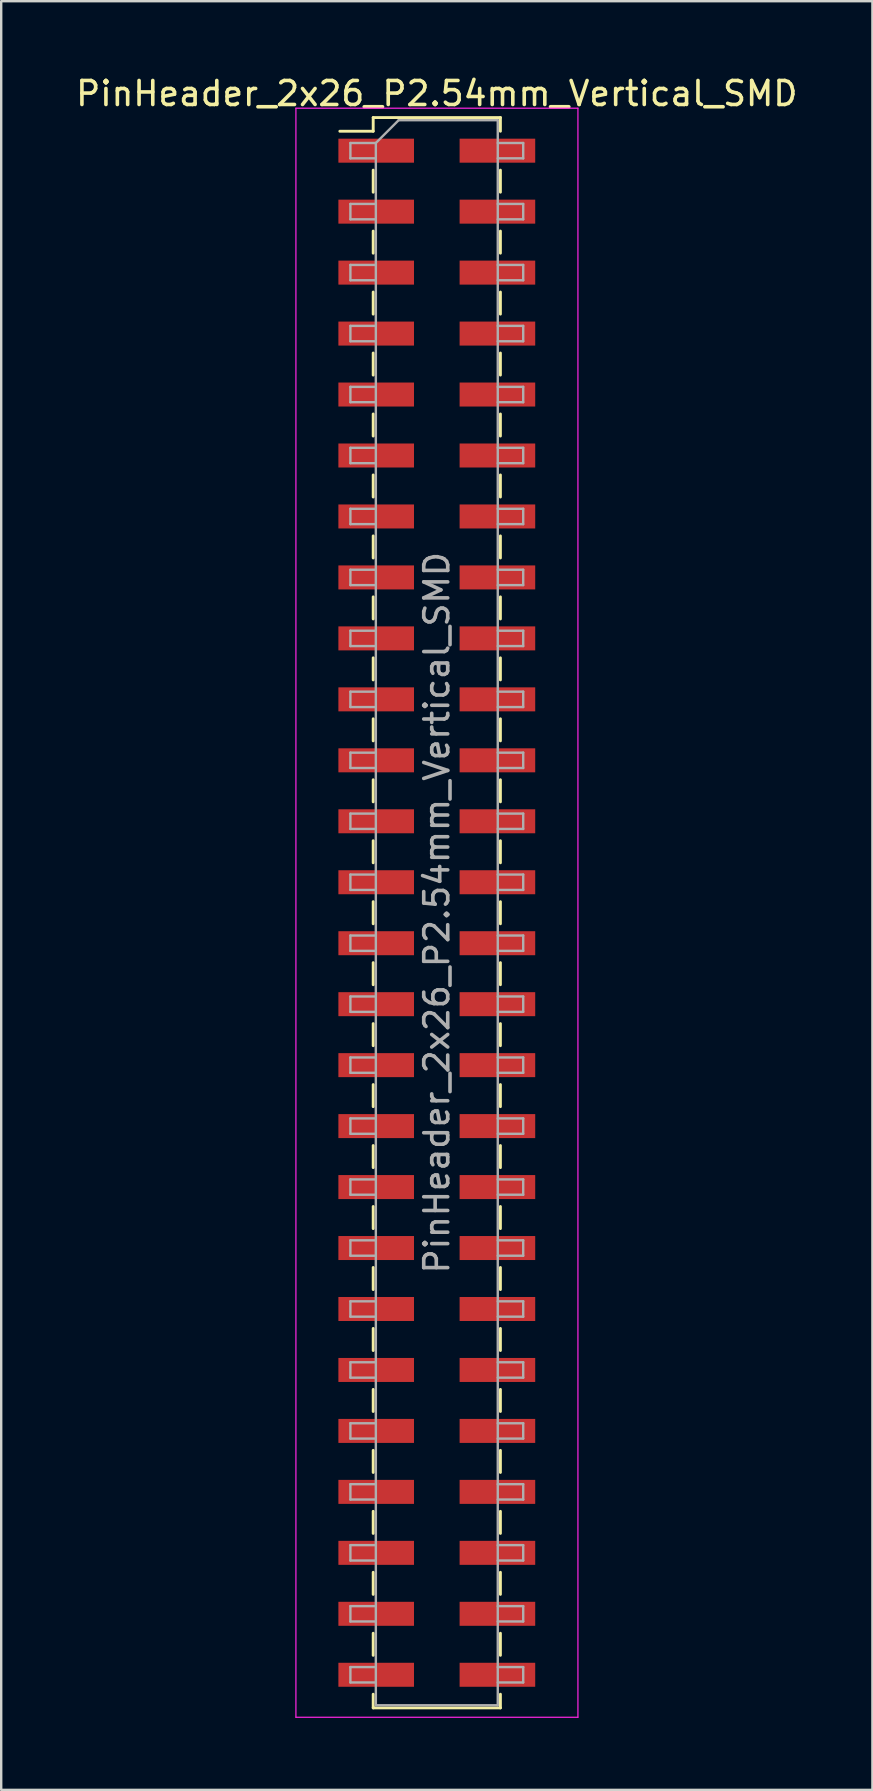
<source format=kicad_pcb>
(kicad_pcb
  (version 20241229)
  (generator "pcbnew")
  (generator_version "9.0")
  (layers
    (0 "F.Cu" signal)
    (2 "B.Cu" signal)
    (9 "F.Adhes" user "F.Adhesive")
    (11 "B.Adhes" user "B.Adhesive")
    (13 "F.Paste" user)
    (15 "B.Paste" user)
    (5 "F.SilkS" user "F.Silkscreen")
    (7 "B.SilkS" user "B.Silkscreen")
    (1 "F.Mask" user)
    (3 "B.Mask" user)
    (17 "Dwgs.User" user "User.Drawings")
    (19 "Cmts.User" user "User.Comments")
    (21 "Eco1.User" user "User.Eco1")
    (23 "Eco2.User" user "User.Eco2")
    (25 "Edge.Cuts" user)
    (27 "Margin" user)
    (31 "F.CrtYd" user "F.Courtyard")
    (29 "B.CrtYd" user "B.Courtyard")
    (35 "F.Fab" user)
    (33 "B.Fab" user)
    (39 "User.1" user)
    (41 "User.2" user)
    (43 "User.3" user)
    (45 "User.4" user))
  (footprint "PinHeader_2x26_P2.54mm_Vertical_SMD"
    (layer "F.Cu")
    (at 15.149 34.978)
    (property "Reference" "PinHeader_2x26_P2.54mm_Vertical_SMD" (at 0 -34.13 0) (layer "F.SilkS") (effects (font (size 1 1) (thickness 0.15))))
    (attr smd)
    (fp_line (start -4.04 -32.56) (end -2.65 -32.56) (stroke (width 0.12) (type solid)) (layer "F.SilkS"))
    (fp_line (start -2.65 -33.13) (end -2.65 -32.56) (stroke (width 0.12) (type solid)) (layer "F.SilkS"))
    (fp_line (start -2.65 -33.13) (end 2.65 -33.13) (stroke (width 0.12) (type solid)) (layer "F.SilkS"))
    (fp_line (start -2.65 -30.94) (end -2.65 -30.02) (stroke (width 0.12) (type solid)) (layer "F.SilkS"))
    (fp_line (start -2.65 -28.4) (end -2.65 -27.48) (stroke (width 0.12) (type solid)) (layer "F.SilkS"))
    (fp_line (start -2.65 -25.86) (end -2.65 -24.94) (stroke (width 0.12) (type solid)) (layer "F.SilkS"))
    (fp_line (start -2.65 -23.32) (end -2.65 -22.4) (stroke (width 0.12) (type solid)) (layer "F.SilkS"))
    (fp_line (start -2.65 -20.78) (end -2.65 -19.86) (stroke (width 0.12) (type solid)) (layer "F.SilkS"))
    (fp_line (start -2.65 -18.24) (end -2.65 -17.32) (stroke (width 0.12) (type solid)) (layer "F.SilkS"))
    (fp_line (start -2.65 -15.7) (end -2.65 -14.78) (stroke (width 0.12) (type solid)) (layer "F.SilkS"))
    (fp_line (start -2.65 -13.16) (end -2.65 -12.24) (stroke (width 0.12) (type solid)) (layer "F.SilkS"))
    (fp_line (start -2.65 -10.62) (end -2.65 -9.7) (stroke (width 0.12) (type solid)) (layer "F.SilkS"))
    (fp_line (start -2.65 -8.08) (end -2.65 -7.16) (stroke (width 0.12) (type solid)) (layer "F.SilkS"))
    (fp_line (start -2.65 -5.54) (end -2.65 -4.62) (stroke (width 0.12) (type solid)) (layer "F.SilkS"))
    (fp_line (start -2.65 -3) (end -2.65 -2.08) (stroke (width 0.12) (type solid)) (layer "F.SilkS"))
    (fp_line (start -2.65 -0.46) (end -2.65 0.46) (stroke (width 0.12) (type solid)) (layer "F.SilkS"))
    (fp_line (start -2.65 2.08) (end -2.65 3) (stroke (width 0.12) (type solid)) (layer "F.SilkS"))
    (fp_line (start -2.65 4.62) (end -2.65 5.54) (stroke (width 0.12) (type solid)) (layer "F.SilkS"))
    (fp_line (start -2.65 7.16) (end -2.65 8.08) (stroke (width 0.12) (type solid)) (layer "F.SilkS"))
    (fp_line (start -2.65 9.7) (end -2.65 10.62) (stroke (width 0.12) (type solid)) (layer "F.SilkS"))
    (fp_line (start -2.65 12.24) (end -2.65 13.16) (stroke (width 0.12) (type solid)) (layer "F.SilkS"))
    (fp_line (start -2.65 14.78) (end -2.65 15.7) (stroke (width 0.12) (type solid)) (layer "F.SilkS"))
    (fp_line (start -2.65 17.32) (end -2.65 18.24) (stroke (width 0.12) (type solid)) (layer "F.SilkS"))
    (fp_line (start -2.65 19.86) (end -2.65 20.78) (stroke (width 0.12) (type solid)) (layer "F.SilkS"))
    (fp_line (start -2.65 22.4) (end -2.65 23.32) (stroke (width 0.12) (type solid)) (layer "F.SilkS"))
    (fp_line (start -2.65 24.94) (end -2.65 25.86) (stroke (width 0.12) (type solid)) (layer "F.SilkS"))
    (fp_line (start -2.65 27.48) (end -2.65 28.4) (stroke (width 0.12) (type solid)) (layer "F.SilkS"))
    (fp_line (start -2.65 30.02) (end -2.65 30.94) (stroke (width 0.12) (type solid)) (layer "F.SilkS"))
    (fp_line (start -2.65 32.56) (end -2.65 33.13) (stroke (width 0.12) (type solid)) (layer "F.SilkS"))
    (fp_line (start -2.65 33.13) (end 2.65 33.13) (stroke (width 0.12) (type solid)) (layer "F.SilkS"))
    (fp_line (start 2.65 -33.13) (end 2.65 -32.56) (stroke (width 0.12) (type solid)) (layer "F.SilkS"))
    (fp_line (start 2.65 -30.94) (end 2.65 -30.02) (stroke (width 0.12) (type solid)) (layer "F.SilkS"))
    (fp_line (start 2.65 -28.4) (end 2.65 -27.48) (stroke (width 0.12) (type solid)) (layer "F.SilkS"))
    (fp_line (start 2.65 -25.86) (end 2.65 -24.94) (stroke (width 0.12) (type solid)) (layer "F.SilkS"))
    (fp_line (start 2.65 -23.32) (end 2.65 -22.4) (stroke (width 0.12) (type solid)) (layer "F.SilkS"))
    (fp_line (start 2.65 -20.78) (end 2.65 -19.86) (stroke (width 0.12) (type solid)) (layer "F.SilkS"))
    (fp_line (start 2.65 -18.24) (end 2.65 -17.32) (stroke (width 0.12) (type solid)) (layer "F.SilkS"))
    (fp_line (start 2.65 -15.7) (end 2.65 -14.78) (stroke (width 0.12) (type solid)) (layer "F.SilkS"))
    (fp_line (start 2.65 -13.16) (end 2.65 -12.24) (stroke (width 0.12) (type solid)) (layer "F.SilkS"))
    (fp_line (start 2.65 -10.62) (end 2.65 -9.7) (stroke (width 0.12) (type solid)) (layer "F.SilkS"))
    (fp_line (start 2.65 -8.08) (end 2.65 -7.16) (stroke (width 0.12) (type solid)) (layer "F.SilkS"))
    (fp_line (start 2.65 -5.54) (end 2.65 -4.62) (stroke (width 0.12) (type solid)) (layer "F.SilkS"))
    (fp_line (start 2.65 -3) (end 2.65 -2.08) (stroke (width 0.12) (type solid)) (layer "F.SilkS"))
    (fp_line (start 2.65 -0.46) (end 2.65 0.46) (stroke (width 0.12) (type solid)) (layer "F.SilkS"))
    (fp_line (start 2.65 2.08) (end 2.65 3) (stroke (width 0.12) (type solid)) (layer "F.SilkS"))
    (fp_line (start 2.65 4.62) (end 2.65 5.54) (stroke (width 0.12) (type solid)) (layer "F.SilkS"))
    (fp_line (start 2.65 7.16) (end 2.65 8.08) (stroke (width 0.12) (type solid)) (layer "F.SilkS"))
    (fp_line (start 2.65 9.7) (end 2.65 10.62) (stroke (width 0.12) (type solid)) (layer "F.SilkS"))
    (fp_line (start 2.65 12.24) (end 2.65 13.16) (stroke (width 0.12) (type solid)) (layer "F.SilkS"))
    (fp_line (start 2.65 14.78) (end 2.65 15.7) (stroke (width 0.12) (type solid)) (layer "F.SilkS"))
    (fp_line (start 2.65 17.32) (end 2.65 18.24) (stroke (width 0.12) (type solid)) (layer "F.SilkS"))
    (fp_line (start 2.65 19.86) (end 2.65 20.78) (stroke (width 0.12) (type solid)) (layer "F.SilkS"))
    (fp_line (start 2.65 22.4) (end 2.65 23.32) (stroke (width 0.12) (type solid)) (layer "F.SilkS"))
    (fp_line (start 2.65 24.94) (end 2.65 25.86) (stroke (width 0.12) (type solid)) (layer "F.SilkS"))
    (fp_line (start 2.65 27.48) (end 2.65 28.4) (stroke (width 0.12) (type solid)) (layer "F.SilkS"))
    (fp_line (start 2.65 30.02) (end 2.65 30.94) (stroke (width 0.12) (type solid)) (layer "F.SilkS"))
    (fp_line (start 2.65 32.56) (end 2.65 33.13) (stroke (width 0.12) (type solid)) (layer "F.SilkS"))
    (fp_line (start -5.87 -33.52) (end -5.87 33.52) (stroke (width 0.05) (type solid)) (layer "F.CrtYd"))
    (fp_line (start -5.87 33.52) (end 5.88 33.52) (stroke (width 0.05) (type solid)) (layer "F.CrtYd"))
    (fp_line (start 5.88 -33.52) (end -5.87 -33.52) (stroke (width 0.05) (type solid)) (layer "F.CrtYd"))
    (fp_line (start 5.88 33.52) (end 5.88 -33.52) (stroke (width 0.05) (type solid)) (layer "F.CrtYd"))
    (fp_line (start -3.6 -32.07) (end -3.6 -31.43) (stroke (width 0.1) (type solid)) (layer "F.Fab"))
    (fp_line (start -3.6 -31.43) (end -2.54 -31.43) (stroke (width 0.1) (type solid)) (layer "F.Fab"))
    (fp_line (start -3.6 -29.53) (end -3.6 -28.89) (stroke (width 0.1) (type solid)) (layer "F.Fab"))
    (fp_line (start -3.6 -28.89) (end -2.54 -28.89) (stroke (width 0.1) (type solid)) (layer "F.Fab"))
    (fp_line (start -3.6 -26.99) (end -3.6 -26.35) (stroke (width 0.1) (type solid)) (layer "F.Fab"))
    (fp_line (start -3.6 -26.35) (end -2.54 -26.35) (stroke (width 0.1) (type solid)) (layer "F.Fab"))
    (fp_line (start -3.6 -24.45) (end -3.6 -23.81) (stroke (width 0.1) (type solid)) (layer "F.Fab"))
    (fp_line (start -3.6 -23.81) (end -2.54 -23.81) (stroke (width 0.1) (type solid)) (layer "F.Fab"))
    (fp_line (start -3.6 -21.91) (end -3.6 -21.27) (stroke (width 0.1) (type solid)) (layer "F.Fab"))
    (fp_line (start -3.6 -21.27) (end -2.54 -21.27) (stroke (width 0.1) (type solid)) (layer "F.Fab"))
    (fp_line (start -3.6 -19.37) (end -3.6 -18.73) (stroke (width 0.1) (type solid)) (layer "F.Fab"))
    (fp_line (start -3.6 -18.73) (end -2.54 -18.73) (stroke (width 0.1) (type solid)) (layer "F.Fab"))
    (fp_line (start -3.6 -16.83) (end -3.6 -16.19) (stroke (width 0.1) (type solid)) (layer "F.Fab"))
    (fp_line (start -3.6 -16.19) (end -2.54 -16.19) (stroke (width 0.1) (type solid)) (layer "F.Fab"))
    (fp_line (start -3.6 -14.29) (end -3.6 -13.65) (stroke (width 0.1) (type solid)) (layer "F.Fab"))
    (fp_line (start -3.6 -13.65) (end -2.54 -13.65) (stroke (width 0.1) (type solid)) (layer "F.Fab"))
    (fp_line (start -3.6 -11.75) (end -3.6 -11.11) (stroke (width 0.1) (type solid)) (layer "F.Fab"))
    (fp_line (start -3.6 -11.11) (end -2.54 -11.11) (stroke (width 0.1) (type solid)) (layer "F.Fab"))
    (fp_line (start -3.6 -9.21) (end -3.6 -8.57) (stroke (width 0.1) (type solid)) (layer "F.Fab"))
    (fp_line (start -3.6 -8.57) (end -2.54 -8.57) (stroke (width 0.1) (type solid)) (layer "F.Fab"))
    (fp_line (start -3.6 -6.67) (end -3.6 -6.03) (stroke (width 0.1) (type solid)) (layer "F.Fab"))
    (fp_line (start -3.6 -6.03) (end -2.54 -6.03) (stroke (width 0.1) (type solid)) (layer "F.Fab"))
    (fp_line (start -3.6 -4.13) (end -3.6 -3.49) (stroke (width 0.1) (type solid)) (layer "F.Fab"))
    (fp_line (start -3.6 -3.49) (end -2.54 -3.49) (stroke (width 0.1) (type solid)) (layer "F.Fab"))
    (fp_line (start -3.6 -1.59) (end -3.6 -0.95) (stroke (width 0.1) (type solid)) (layer "F.Fab"))
    (fp_line (start -3.6 -0.95) (end -2.54 -0.95) (stroke (width 0.1) (type solid)) (layer "F.Fab"))
    (fp_line (start -3.6 0.95) (end -3.6 1.59) (stroke (width 0.1) (type solid)) (layer "F.Fab"))
    (fp_line (start -3.6 1.59) (end -2.54 1.59) (stroke (width 0.1) (type solid)) (layer "F.Fab"))
    (fp_line (start -3.6 3.49) (end -3.6 4.13) (stroke (width 0.1) (type solid)) (layer "F.Fab"))
    (fp_line (start -3.6 4.13) (end -2.54 4.13) (stroke (width 0.1) (type solid)) (layer "F.Fab"))
    (fp_line (start -3.6 6.03) (end -3.6 6.67) (stroke (width 0.1) (type solid)) (layer "F.Fab"))
    (fp_line (start -3.6 6.67) (end -2.54 6.67) (stroke (width 0.1) (type solid)) (layer "F.Fab"))
    (fp_line (start -3.6 8.57) (end -3.6 9.21) (stroke (width 0.1) (type solid)) (layer "F.Fab"))
    (fp_line (start -3.6 9.21) (end -2.54 9.21) (stroke (width 0.1) (type solid)) (layer "F.Fab"))
    (fp_line (start -3.6 11.11) (end -3.6 11.75) (stroke (width 0.1) (type solid)) (layer "F.Fab"))
    (fp_line (start -3.6 11.75) (end -2.54 11.75) (stroke (width 0.1) (type solid)) (layer "F.Fab"))
    (fp_line (start -3.6 13.65) (end -3.6 14.29) (stroke (width 0.1) (type solid)) (layer "F.Fab"))
    (fp_line (start -3.6 14.29) (end -2.54 14.29) (stroke (width 0.1) (type solid)) (layer "F.Fab"))
    (fp_line (start -3.6 16.19) (end -3.6 16.83) (stroke (width 0.1) (type solid)) (layer "F.Fab"))
    (fp_line (start -3.6 16.83) (end -2.54 16.83) (stroke (width 0.1) (type solid)) (layer "F.Fab"))
    (fp_line (start -3.6 18.73) (end -3.6 19.37) (stroke (width 0.1) (type solid)) (layer "F.Fab"))
    (fp_line (start -3.6 19.37) (end -2.54 19.37) (stroke (width 0.1) (type solid)) (layer "F.Fab"))
    (fp_line (start -3.6 21.27) (end -3.6 21.91) (stroke (width 0.1) (type solid)) (layer "F.Fab"))
    (fp_line (start -3.6 21.91) (end -2.54 21.91) (stroke (width 0.1) (type solid)) (layer "F.Fab"))
    (fp_line (start -3.6 23.81) (end -3.6 24.45) (stroke (width 0.1) (type solid)) (layer "F.Fab"))
    (fp_line (start -3.6 24.45) (end -2.54 24.45) (stroke (width 0.1) (type solid)) (layer "F.Fab"))
    (fp_line (start -3.6 26.35) (end -3.6 26.99) (stroke (width 0.1) (type solid)) (layer "F.Fab"))
    (fp_line (start -3.6 26.99) (end -2.54 26.99) (stroke (width 0.1) (type solid)) (layer "F.Fab"))
    (fp_line (start -3.6 28.89) (end -3.6 29.53) (stroke (width 0.1) (type solid)) (layer "F.Fab"))
    (fp_line (start -3.6 29.53) (end -2.54 29.53) (stroke (width 0.1) (type solid)) (layer "F.Fab"))
    (fp_line (start -3.6 31.43) (end -3.6 32.07) (stroke (width 0.1) (type solid)) (layer "F.Fab"))
    (fp_line (start -3.6 32.07) (end -2.54 32.07) (stroke (width 0.1) (type solid)) (layer "F.Fab"))
    (fp_line (start -2.54 -32.07) (end -3.6 -32.07) (stroke (width 0.1) (type solid)) (layer "F.Fab"))
    (fp_line (start -2.54 -32.07) (end -1.59 -33.02) (stroke (width 0.1) (type solid)) (layer "F.Fab"))
    (fp_line (start -2.54 -29.53) (end -3.6 -29.53) (stroke (width 0.1) (type solid)) (layer "F.Fab"))
    (fp_line (start -2.54 -26.99) (end -3.6 -26.99) (stroke (width 0.1) (type solid)) (layer "F.Fab"))
    (fp_line (start -2.54 -24.45) (end -3.6 -24.45) (stroke (width 0.1) (type solid)) (layer "F.Fab"))
    (fp_line (start -2.54 -21.91) (end -3.6 -21.91) (stroke (width 0.1) (type solid)) (layer "F.Fab"))
    (fp_line (start -2.54 -19.37) (end -3.6 -19.37) (stroke (width 0.1) (type solid)) (layer "F.Fab"))
    (fp_line (start -2.54 -16.83) (end -3.6 -16.83) (stroke (width 0.1) (type solid)) (layer "F.Fab"))
    (fp_line (start -2.54 -14.29) (end -3.6 -14.29) (stroke (width 0.1) (type solid)) (layer "F.Fab"))
    (fp_line (start -2.54 -11.75) (end -3.6 -11.75) (stroke (width 0.1) (type solid)) (layer "F.Fab"))
    (fp_line (start -2.54 -9.21) (end -3.6 -9.21) (stroke (width 0.1) (type solid)) (layer "F.Fab"))
    (fp_line (start -2.54 -6.67) (end -3.6 -6.67) (stroke (width 0.1) (type solid)) (layer "F.Fab"))
    (fp_line (start -2.54 -4.13) (end -3.6 -4.13) (stroke (width 0.1) (type solid)) (layer "F.Fab"))
    (fp_line (start -2.54 -1.59) (end -3.6 -1.59) (stroke (width 0.1) (type solid)) (layer "F.Fab"))
    (fp_line (start -2.54 0.95) (end -3.6 0.95) (stroke (width 0.1) (type solid)) (layer "F.Fab"))
    (fp_line (start -2.54 3.49) (end -3.6 3.49) (stroke (width 0.1) (type solid)) (layer "F.Fab"))
    (fp_line (start -2.54 6.03) (end -3.6 6.03) (stroke (width 0.1) (type solid)) (layer "F.Fab"))
    (fp_line (start -2.54 8.57) (end -3.6 8.57) (stroke (width 0.1) (type solid)) (layer "F.Fab"))
    (fp_line (start -2.54 11.11) (end -3.6 11.11) (stroke (width 0.1) (type solid)) (layer "F.Fab"))
    (fp_line (start -2.54 13.65) (end -3.6 13.65) (stroke (width 0.1) (type solid)) (layer "F.Fab"))
    (fp_line (start -2.54 16.19) (end -3.6 16.19) (stroke (width 0.1) (type solid)) (layer "F.Fab"))
    (fp_line (start -2.54 18.73) (end -3.6 18.73) (stroke (width 0.1) (type solid)) (layer "F.Fab"))
    (fp_line (start -2.54 21.27) (end -3.6 21.27) (stroke (width 0.1) (type solid)) (layer "F.Fab"))
    (fp_line (start -2.54 23.81) (end -3.6 23.81) (stroke (width 0.1) (type solid)) (layer "F.Fab"))
    (fp_line (start -2.54 26.35) (end -3.6 26.35) (stroke (width 0.1) (type solid)) (layer "F.Fab"))
    (fp_line (start -2.54 28.89) (end -3.6 28.89) (stroke (width 0.1) (type solid)) (layer "F.Fab"))
    (fp_line (start -2.54 31.43) (end -3.6 31.43) (stroke (width 0.1) (type solid)) (layer "F.Fab"))
    (fp_line (start -2.54 33.02) (end -2.54 -32.07) (stroke (width 0.1) (type solid)) (layer "F.Fab"))
    (fp_line (start -1.59 -33.02) (end 2.54 -33.02) (stroke (width 0.1) (type solid)) (layer "F.Fab"))
    (fp_line (start 2.54 -33.02) (end 2.54 33.02) (stroke (width 0.1) (type solid)) (layer "F.Fab"))
    (fp_line (start 2.54 -32.07) (end 3.6 -32.07) (stroke (width 0.1) (type solid)) (layer "F.Fab"))
    (fp_line (start 2.54 -29.53) (end 3.6 -29.53) (stroke (width 0.1) (type solid)) (layer "F.Fab"))
    (fp_line (start 2.54 -26.99) (end 3.6 -26.99) (stroke (width 0.1) (type solid)) (layer "F.Fab"))
    (fp_line (start 2.54 -24.45) (end 3.6 -24.45) (stroke (width 0.1) (type solid)) (layer "F.Fab"))
    (fp_line (start 2.54 -21.91) (end 3.6 -21.91) (stroke (width 0.1) (type solid)) (layer "F.Fab"))
    (fp_line (start 2.54 -19.37) (end 3.6 -19.37) (stroke (width 0.1) (type solid)) (layer "F.Fab"))
    (fp_line (start 2.54 -16.83) (end 3.6 -16.83) (stroke (width 0.1) (type solid)) (layer "F.Fab"))
    (fp_line (start 2.54 -14.29) (end 3.6 -14.29) (stroke (width 0.1) (type solid)) (layer "F.Fab"))
    (fp_line (start 2.54 -11.75) (end 3.6 -11.75) (stroke (width 0.1) (type solid)) (layer "F.Fab"))
    (fp_line (start 2.54 -9.21) (end 3.6 -9.21) (stroke (width 0.1) (type solid)) (layer "F.Fab"))
    (fp_line (start 2.54 -6.67) (end 3.6 -6.67) (stroke (width 0.1) (type solid)) (layer "F.Fab"))
    (fp_line (start 2.54 -4.13) (end 3.6 -4.13) (stroke (width 0.1) (type solid)) (layer "F.Fab"))
    (fp_line (start 2.54 -1.59) (end 3.6 -1.59) (stroke (width 0.1) (type solid)) (layer "F.Fab"))
    (fp_line (start 2.54 0.95) (end 3.6 0.95) (stroke (width 0.1) (type solid)) (layer "F.Fab"))
    (fp_line (start 2.54 3.49) (end 3.6 3.49) (stroke (width 0.1) (type solid)) (layer "F.Fab"))
    (fp_line (start 2.54 6.03) (end 3.6 6.03) (stroke (width 0.1) (type solid)) (layer "F.Fab"))
    (fp_line (start 2.54 8.57) (end 3.6 8.57) (stroke (width 0.1) (type solid)) (layer "F.Fab"))
    (fp_line (start 2.54 11.11) (end 3.6 11.11) (stroke (width 0.1) (type solid)) (layer "F.Fab"))
    (fp_line (start 2.54 13.65) (end 3.6 13.65) (stroke (width 0.1) (type solid)) (layer "F.Fab"))
    (fp_line (start 2.54 16.19) (end 3.6 16.19) (stroke (width 0.1) (type solid)) (layer "F.Fab"))
    (fp_line (start 2.54 18.73) (end 3.6 18.73) (stroke (width 0.1) (type solid)) (layer "F.Fab"))
    (fp_line (start 2.54 21.27) (end 3.6 21.27) (stroke (width 0.1) (type solid)) (layer "F.Fab"))
    (fp_line (start 2.54 23.81) (end 3.6 23.81) (stroke (width 0.1) (type solid)) (layer "F.Fab"))
    (fp_line (start 2.54 26.35) (end 3.6 26.35) (stroke (width 0.1) (type solid)) (layer "F.Fab"))
    (fp_line (start 2.54 28.89) (end 3.6 28.89) (stroke (width 0.1) (type solid)) (layer "F.Fab"))
    (fp_line (start 2.54 31.43) (end 3.6 31.43) (stroke (width 0.1) (type solid)) (layer "F.Fab"))
    (fp_line (start 2.54 33.02) (end -2.54 33.02) (stroke (width 0.1) (type solid)) (layer "F.Fab"))
    (fp_line (start 3.6 -32.07) (end 3.6 -31.43) (stroke (width 0.1) (type solid)) (layer "F.Fab"))
    (fp_line (start 3.6 -31.43) (end 2.54 -31.43) (stroke (width 0.1) (type solid)) (layer "F.Fab"))
    (fp_line (start 3.6 -29.53) (end 3.6 -28.89) (stroke (width 0.1) (type solid)) (layer "F.Fab"))
    (fp_line (start 3.6 -28.89) (end 2.54 -28.89) (stroke (width 0.1) (type solid)) (layer "F.Fab"))
    (fp_line (start 3.6 -26.99) (end 3.6 -26.35) (stroke (width 0.1) (type solid)) (layer "F.Fab"))
    (fp_line (start 3.6 -26.35) (end 2.54 -26.35) (stroke (width 0.1) (type solid)) (layer "F.Fab"))
    (fp_line (start 3.6 -24.45) (end 3.6 -23.81) (stroke (width 0.1) (type solid)) (layer "F.Fab"))
    (fp_line (start 3.6 -23.81) (end 2.54 -23.81) (stroke (width 0.1) (type solid)) (layer "F.Fab"))
    (fp_line (start 3.6 -21.91) (end 3.6 -21.27) (stroke (width 0.1) (type solid)) (layer "F.Fab"))
    (fp_line (start 3.6 -21.27) (end 2.54 -21.27) (stroke (width 0.1) (type solid)) (layer "F.Fab"))
    (fp_line (start 3.6 -19.37) (end 3.6 -18.73) (stroke (width 0.1) (type solid)) (layer "F.Fab"))
    (fp_line (start 3.6 -18.73) (end 2.54 -18.73) (stroke (width 0.1) (type solid)) (layer "F.Fab"))
    (fp_line (start 3.6 -16.83) (end 3.6 -16.19) (stroke (width 0.1) (type solid)) (layer "F.Fab"))
    (fp_line (start 3.6 -16.19) (end 2.54 -16.19) (stroke (width 0.1) (type solid)) (layer "F.Fab"))
    (fp_line (start 3.6 -14.29) (end 3.6 -13.65) (stroke (width 0.1) (type solid)) (layer "F.Fab"))
    (fp_line (start 3.6 -13.65) (end 2.54 -13.65) (stroke (width 0.1) (type solid)) (layer "F.Fab"))
    (fp_line (start 3.6 -11.75) (end 3.6 -11.11) (stroke (width 0.1) (type solid)) (layer "F.Fab"))
    (fp_line (start 3.6 -11.11) (end 2.54 -11.11) (stroke (width 0.1) (type solid)) (layer "F.Fab"))
    (fp_line (start 3.6 -9.21) (end 3.6 -8.57) (stroke (width 0.1) (type solid)) (layer "F.Fab"))
    (fp_line (start 3.6 -8.57) (end 2.54 -8.57) (stroke (width 0.1) (type solid)) (layer "F.Fab"))
    (fp_line (start 3.6 -6.67) (end 3.6 -6.03) (stroke (width 0.1) (type solid)) (layer "F.Fab"))
    (fp_line (start 3.6 -6.03) (end 2.54 -6.03) (stroke (width 0.1) (type solid)) (layer "F.Fab"))
    (fp_line (start 3.6 -4.13) (end 3.6 -3.49) (stroke (width 0.1) (type solid)) (layer "F.Fab"))
    (fp_line (start 3.6 -3.49) (end 2.54 -3.49) (stroke (width 0.1) (type solid)) (layer "F.Fab"))
    (fp_line (start 3.6 -1.59) (end 3.6 -0.95) (stroke (width 0.1) (type solid)) (layer "F.Fab"))
    (fp_line (start 3.6 -0.95) (end 2.54 -0.95) (stroke (width 0.1) (type solid)) (layer "F.Fab"))
    (fp_line (start 3.6 0.95) (end 3.6 1.59) (stroke (width 0.1) (type solid)) (layer "F.Fab"))
    (fp_line (start 3.6 1.59) (end 2.54 1.59) (stroke (width 0.1) (type solid)) (layer "F.Fab"))
    (fp_line (start 3.6 3.49) (end 3.6 4.13) (stroke (width 0.1) (type solid)) (layer "F.Fab"))
    (fp_line (start 3.6 4.13) (end 2.54 4.13) (stroke (width 0.1) (type solid)) (layer "F.Fab"))
    (fp_line (start 3.6 6.03) (end 3.6 6.67) (stroke (width 0.1) (type solid)) (layer "F.Fab"))
    (fp_line (start 3.6 6.67) (end 2.54 6.67) (stroke (width 0.1) (type solid)) (layer "F.Fab"))
    (fp_line (start 3.6 8.57) (end 3.6 9.21) (stroke (width 0.1) (type solid)) (layer "F.Fab"))
    (fp_line (start 3.6 9.21) (end 2.54 9.21) (stroke (width 0.1) (type solid)) (layer "F.Fab"))
    (fp_line (start 3.6 11.11) (end 3.6 11.75) (stroke (width 0.1) (type solid)) (layer "F.Fab"))
    (fp_line (start 3.6 11.75) (end 2.54 11.75) (stroke (width 0.1) (type solid)) (layer "F.Fab"))
    (fp_line (start 3.6 13.65) (end 3.6 14.29) (stroke (width 0.1) (type solid)) (layer "F.Fab"))
    (fp_line (start 3.6 14.29) (end 2.54 14.29) (stroke (width 0.1) (type solid)) (layer "F.Fab"))
    (fp_line (start 3.6 16.19) (end 3.6 16.83) (stroke (width 0.1) (type solid)) (layer "F.Fab"))
    (fp_line (start 3.6 16.83) (end 2.54 16.83) (stroke (width 0.1) (type solid)) (layer "F.Fab"))
    (fp_line (start 3.6 18.73) (end 3.6 19.37) (stroke (width 0.1) (type solid)) (layer "F.Fab"))
    (fp_line (start 3.6 19.37) (end 2.54 19.37) (stroke (width 0.1) (type solid)) (layer "F.Fab"))
    (fp_line (start 3.6 21.27) (end 3.6 21.91) (stroke (width 0.1) (type solid)) (layer "F.Fab"))
    (fp_line (start 3.6 21.91) (end 2.54 21.91) (stroke (width 0.1) (type solid)) (layer "F.Fab"))
    (fp_line (start 3.6 23.81) (end 3.6 24.45) (stroke (width 0.1) (type solid)) (layer "F.Fab"))
    (fp_line (start 3.6 24.45) (end 2.54 24.45) (stroke (width 0.1) (type solid)) (layer "F.Fab"))
    (fp_line (start 3.6 26.35) (end 3.6 26.99) (stroke (width 0.1) (type solid)) (layer "F.Fab"))
    (fp_line (start 3.6 26.99) (end 2.54 26.99) (stroke (width 0.1) (type solid)) (layer "F.Fab"))
    (fp_line (start 3.6 28.89) (end 3.6 29.53) (stroke (width 0.1) (type solid)) (layer "F.Fab"))
    (fp_line (start 3.6 29.53) (end 2.54 29.53) (stroke (width 0.1) (type solid)) (layer "F.Fab"))
    (fp_line (start 3.6 31.43) (end 3.6 32.07) (stroke (width 0.1) (type solid)) (layer "F.Fab"))
    (fp_line (start 3.6 32.07) (end 2.54 32.07) (stroke (width 0.1) (type solid)) (layer "F.Fab"))
    (fp_text user "${REFERENCE}" (at 0 0 90) (layer "F.Fab") (effects (font (size 1 1) (thickness 0.15))))
    (pad "1" smd rect (at -2.525 -31.75) (size 3.15 1) (layers "F.Cu" "F.Mask" "F.Paste"))
    (pad "2" smd rect (at 2.525 -31.75) (size 3.15 1) (layers "F.Cu" "F.Mask" "F.Paste"))
    (pad "3" smd rect (at -2.525 -29.21) (size 3.15 1) (layers "F.Cu" "F.Mask" "F.Paste"))
    (pad "4" smd rect (at 2.525 -29.21) (size 3.15 1) (layers "F.Cu" "F.Mask" "F.Paste"))
    (pad "5" smd rect (at -2.525 -26.67) (size 3.15 1) (layers "F.Cu" "F.Mask" "F.Paste"))
    (pad "6" smd rect (at 2.525 -26.67) (size 3.15 1) (layers "F.Cu" "F.Mask" "F.Paste"))
    (pad "7" smd rect (at -2.525 -24.13) (size 3.15 1) (layers "F.Cu" "F.Mask" "F.Paste"))
    (pad "8" smd rect (at 2.525 -24.13) (size 3.15 1) (layers "F.Cu" "F.Mask" "F.Paste"))
    (pad "9" smd rect (at -2.525 -21.59) (size 3.15 1) (layers "F.Cu" "F.Mask" "F.Paste"))
    (pad "10" smd rect (at 2.525 -21.59) (size 3.15 1) (layers "F.Cu" "F.Mask" "F.Paste"))
    (pad "11" smd rect (at -2.525 -19.05) (size 3.15 1) (layers "F.Cu" "F.Mask" "F.Paste"))
    (pad "12" smd rect (at 2.525 -19.05) (size 3.15 1) (layers "F.Cu" "F.Mask" "F.Paste"))
    (pad "13" smd rect (at -2.525 -16.51) (size 3.15 1) (layers "F.Cu" "F.Mask" "F.Paste"))
    (pad "14" smd rect (at 2.525 -16.51) (size 3.15 1) (layers "F.Cu" "F.Mask" "F.Paste"))
    (pad "15" smd rect (at -2.525 -13.97) (size 3.15 1) (layers "F.Cu" "F.Mask" "F.Paste"))
    (pad "16" smd rect (at 2.525 -13.97) (size 3.15 1) (layers "F.Cu" "F.Mask" "F.Paste"))
    (pad "17" smd rect (at -2.525 -11.43) (size 3.15 1) (layers "F.Cu" "F.Mask" "F.Paste"))
    (pad "18" smd rect (at 2.525 -11.43) (size 3.15 1) (layers "F.Cu" "F.Mask" "F.Paste"))
    (pad "19" smd rect (at -2.525 -8.89) (size 3.15 1) (layers "F.Cu" "F.Mask" "F.Paste"))
    (pad "20" smd rect (at 2.525 -8.89) (size 3.15 1) (layers "F.Cu" "F.Mask" "F.Paste"))
    (pad "21" smd rect (at -2.525 -6.35) (size 3.15 1) (layers "F.Cu" "F.Mask" "F.Paste"))
    (pad "22" smd rect (at 2.525 -6.35) (size 3.15 1) (layers "F.Cu" "F.Mask" "F.Paste"))
    (pad "23" smd rect (at -2.525 -3.81) (size 3.15 1) (layers "F.Cu" "F.Mask" "F.Paste"))
    (pad "24" smd rect (at 2.525 -3.81) (size 3.15 1) (layers "F.Cu" "F.Mask" "F.Paste"))
    (pad "25" smd rect (at -2.525 -1.27) (size 3.15 1) (layers "F.Cu" "F.Mask" "F.Paste"))
    (pad "26" smd rect (at 2.525 -1.27) (size 3.15 1) (layers "F.Cu" "F.Mask" "F.Paste"))
    (pad "27" smd rect (at -2.525 1.27) (size 3.15 1) (layers "F.Cu" "F.Mask" "F.Paste"))
    (pad "28" smd rect (at 2.525 1.27) (size 3.15 1) (layers "F.Cu" "F.Mask" "F.Paste"))
    (pad "29" smd rect (at -2.525 3.81) (size 3.15 1) (layers "F.Cu" "F.Mask" "F.Paste"))
    (pad "30" smd rect (at 2.525 3.81) (size 3.15 1) (layers "F.Cu" "F.Mask" "F.Paste"))
    (pad "31" smd rect (at -2.525 6.35) (size 3.15 1) (layers "F.Cu" "F.Mask" "F.Paste"))
    (pad "32" smd rect (at 2.525 6.35) (size 3.15 1) (layers "F.Cu" "F.Mask" "F.Paste"))
    (pad "33" smd rect (at -2.525 8.89) (size 3.15 1) (layers "F.Cu" "F.Mask" "F.Paste"))
    (pad "34" smd rect (at 2.525 8.89) (size 3.15 1) (layers "F.Cu" "F.Mask" "F.Paste"))
    (pad "35" smd rect (at -2.525 11.43) (size 3.15 1) (layers "F.Cu" "F.Mask" "F.Paste"))
    (pad "36" smd rect (at 2.525 11.43) (size 3.15 1) (layers "F.Cu" "F.Mask" "F.Paste"))
    (pad "37" smd rect (at -2.525 13.97) (size 3.15 1) (layers "F.Cu" "F.Mask" "F.Paste"))
    (pad "38" smd rect (at 2.525 13.97) (size 3.15 1) (layers "F.Cu" "F.Mask" "F.Paste"))
    (pad "39" smd rect (at -2.525 16.51) (size 3.15 1) (layers "F.Cu" "F.Mask" "F.Paste"))
    (pad "40" smd rect (at 2.525 16.51) (size 3.15 1) (layers "F.Cu" "F.Mask" "F.Paste"))
    (pad "41" smd rect (at -2.525 19.05) (size 3.15 1) (layers "F.Cu" "F.Mask" "F.Paste"))
    (pad "42" smd rect (at 2.525 19.05) (size 3.15 1) (layers "F.Cu" "F.Mask" "F.Paste"))
    (pad "43" smd rect (at -2.525 21.59) (size 3.15 1) (layers "F.Cu" "F.Mask" "F.Paste"))
    (pad "44" smd rect (at 2.525 21.59) (size 3.15 1) (layers "F.Cu" "F.Mask" "F.Paste"))
    (pad "45" smd rect (at -2.525 24.13) (size 3.15 1) (layers "F.Cu" "F.Mask" "F.Paste"))
    (pad "46" smd rect (at 2.525 24.13) (size 3.15 1) (layers "F.Cu" "F.Mask" "F.Paste"))
    (pad "47" smd rect (at -2.525 26.67) (size 3.15 1) (layers "F.Cu" "F.Mask" "F.Paste"))
    (pad "48" smd rect (at 2.525 26.67) (size 3.15 1) (layers "F.Cu" "F.Mask" "F.Paste"))
    (pad "49" smd rect (at -2.525 29.21) (size 3.15 1) (layers "F.Cu" "F.Mask" "F.Paste"))
    (pad "50" smd rect (at 2.525 29.21) (size 3.15 1) (layers "F.Cu" "F.Mask" "F.Paste"))
    (pad "51" smd rect (at -2.525 31.75) (size 3.15 1) (layers "F.Cu" "F.Mask" "F.Paste"))
    (pad "52" smd rect (at 2.525 31.75) (size 3.15 1) (layers "F.Cu" "F.Mask" "F.Paste")))
  (gr_rect
    (start -3 -3)
    (end 33.298 71.523)
    (stroke (width 0.1) (type default))
    (fill no)
    (layer "Edge.Cuts")))
</source>
